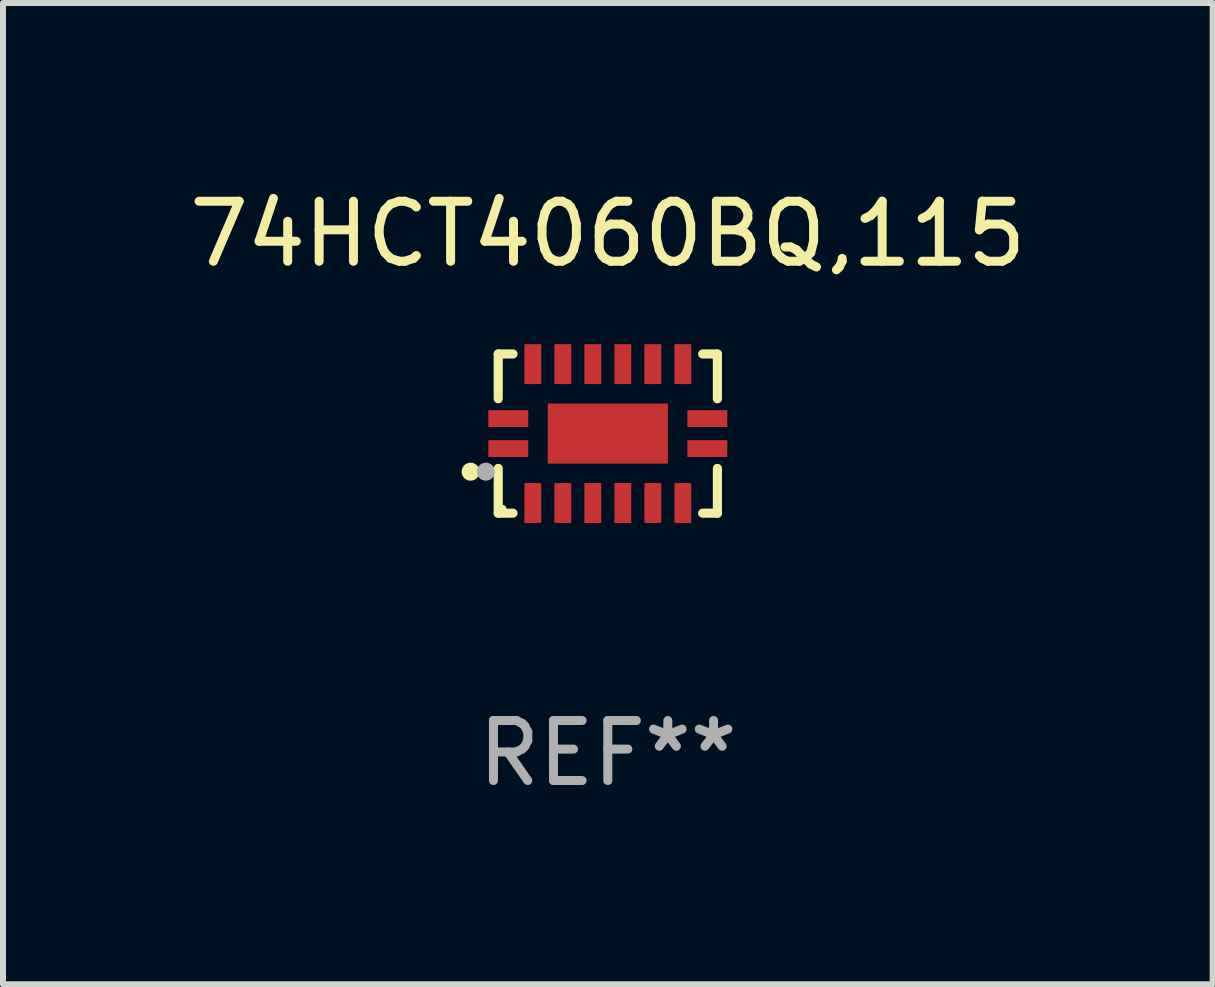
<source format=kicad_pcb>
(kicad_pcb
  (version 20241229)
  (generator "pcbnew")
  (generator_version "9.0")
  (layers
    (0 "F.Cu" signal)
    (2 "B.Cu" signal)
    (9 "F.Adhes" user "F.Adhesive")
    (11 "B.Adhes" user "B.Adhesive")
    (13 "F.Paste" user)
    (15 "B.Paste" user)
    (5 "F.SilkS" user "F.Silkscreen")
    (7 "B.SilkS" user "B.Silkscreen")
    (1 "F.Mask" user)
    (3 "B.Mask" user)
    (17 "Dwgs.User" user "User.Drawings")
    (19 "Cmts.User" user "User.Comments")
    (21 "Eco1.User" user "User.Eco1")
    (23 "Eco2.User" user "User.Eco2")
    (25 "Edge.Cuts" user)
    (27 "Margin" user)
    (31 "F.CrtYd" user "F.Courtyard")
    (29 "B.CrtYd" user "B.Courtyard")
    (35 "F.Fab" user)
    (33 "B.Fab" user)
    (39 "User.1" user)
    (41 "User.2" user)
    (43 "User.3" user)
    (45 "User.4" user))
  (footprint "74HCT4060BQ,115"
    (layer "F.Cu")
    (at 7.077 4.174)
    (property "Reference" "74HCT4060BQ,115" (at 0 -3.326 0) (layer "F.SilkS") (effects (font (size 1 1) (thickness 0.15))))
    (attr through_hole)
    (fp_line (start -1.826 -1.326) (end -1.58 -1.326) (stroke (width 0.152) (type solid)) (layer "F.SilkS"))
    (fp_line (start -1.826 -0.58) (end -1.826 -1.326) (stroke (width 0.152) (type solid)) (layer "F.SilkS"))
    (fp_line (start -1.826 0.58) (end -1.826 1.326) (stroke (width 0.152) (type solid)) (layer "F.SilkS"))
    (fp_line (start -1.826 1.326) (end -1.58 1.326) (stroke (width 0.152) (type solid)) (layer "F.SilkS"))
    (fp_line (start 1.826 -1.326) (end 1.58 -1.326) (stroke (width 0.152) (type solid)) (layer "F.SilkS"))
    (fp_line (start 1.826 -0.58) (end 1.826 -1.326) (stroke (width 0.152) (type solid)) (layer "F.SilkS"))
    (fp_line (start 1.826 0.58) (end 1.826 1.326) (stroke (width 0.152) (type solid)) (layer "F.SilkS"))
    (fp_line (start 1.826 1.326) (end 1.58 1.326) (stroke (width 0.152) (type solid)) (layer "F.SilkS"))
    (fp_circle (center -2.286 0.635) (end -2.211 0.635) (stroke (width 0.15) (type solid)) (fill no) (layer "F.SilkS"))
    (fp_circle (center -1.75 1.25) (end -1.72 1.25) (stroke (width 0.06) (type solid)) (fill no) (layer "F.SilkS"))
    (fp_circle (center -2.032 0.635) (end -1.957 0.635) (stroke (width 0.15) (type solid)) (fill no) (layer "F.Fab"))
    (fp_text user "REF**" (at 0 5.326 0) (layer "F.Fab") (effects (font (size 1 1) (thickness 0.15))))
    (pad "1" smd rect (at -1.658 0.25) (size 0.665 0.28) (layers "F.Cu" "F.Mask" "F.Paste"))
    (pad "2" smd rect (at -1.25 1.157) (size 0.28 0.665) (layers "F.Cu" "F.Mask" "F.Paste"))
    (pad "3" smd rect (at -0.75 1.157) (size 0.28 0.665) (layers "F.Cu" "F.Mask" "F.Paste"))
    (pad "4" smd rect (at -0.25 1.157) (size 0.28 0.665) (layers "F.Cu" "F.Mask" "F.Paste"))
    (pad "5" smd rect (at 0.25 1.157) (size 0.28 0.665) (layers "F.Cu" "F.Mask" "F.Paste"))
    (pad "6" smd rect (at 0.75 1.157) (size 0.28 0.665) (layers "F.Cu" "F.Mask" "F.Paste"))
    (pad "7" smd rect (at 1.25 1.157) (size 0.28 0.665) (layers "F.Cu" "F.Mask" "F.Paste"))
    (pad "8" smd rect (at 1.658 0.25) (size 0.665 0.28) (layers "F.Cu" "F.Mask" "F.Paste"))
    (pad "9" smd rect (at 1.658 -0.25) (size 0.665 0.28) (layers "F.Cu" "F.Mask" "F.Paste"))
    (pad "10" smd rect (at 1.25 -1.157) (size 0.28 0.665) (layers "F.Cu" "F.Mask" "F.Paste"))
    (pad "11" smd rect (at 0.75 -1.157) (size 0.28 0.665) (layers "F.Cu" "F.Mask" "F.Paste"))
    (pad "12" smd rect (at 0.25 -1.157) (size 0.28 0.665) (layers "F.Cu" "F.Mask" "F.Paste"))
    (pad "13" smd rect (at -0.25 -1.157) (size 0.28 0.665) (layers "F.Cu" "F.Mask" "F.Paste"))
    (pad "14" smd rect (at -0.75 -1.157) (size 0.28 0.665) (layers "F.Cu" "F.Mask" "F.Paste"))
    (pad "15" smd rect (at -1.25 -1.157) (size 0.28 0.665) (layers "F.Cu" "F.Mask" "F.Paste"))
    (pad "16" smd rect (at -1.658 -0.25) (size 0.665 0.28) (layers "F.Cu" "F.Mask" "F.Paste"))
    (pad "17" smd rect (at 0 0) (size 2 1) (layers "F.Cu" "F.Mask" "F.Paste")))
  (gr_rect
    (start -3 -3)
    (end 17.155 13.349)
    (stroke (width 0.1) (type default))
    (fill no)
    (layer "Edge.Cuts")))
</source>
